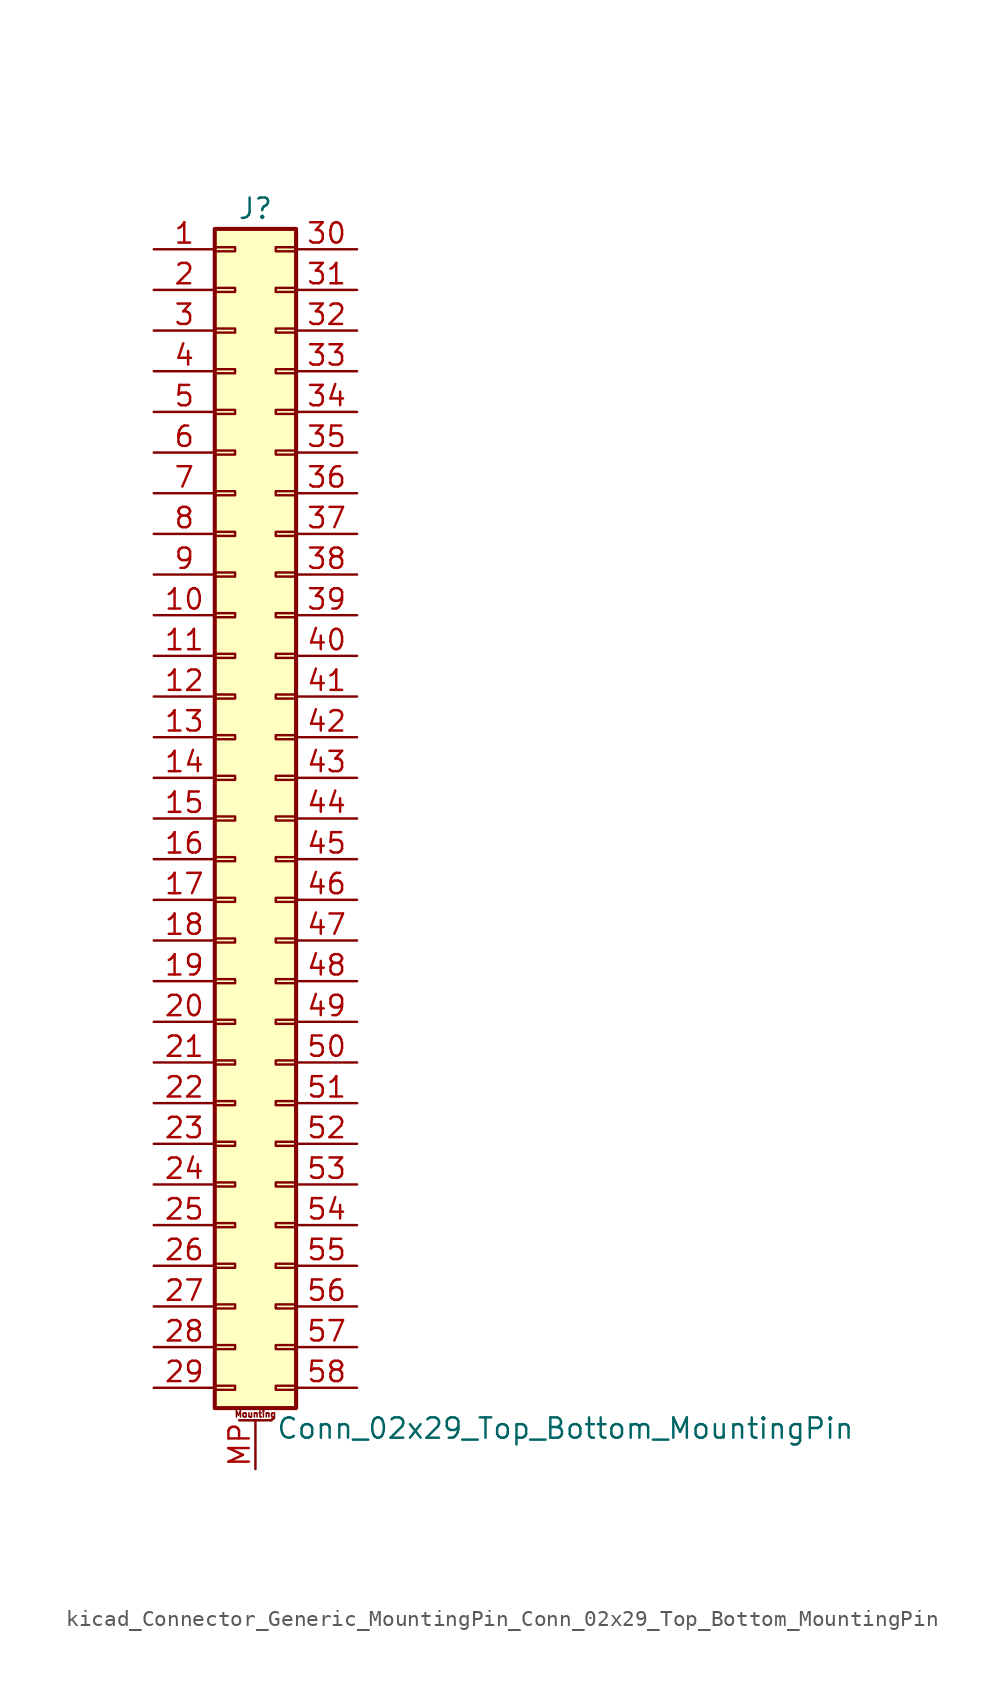
<source format=kicad_sym>
(kicad_symbol_lib
  (version 20220914)
  (generator kicad_symbol_editor)
  (symbol "kicad_Connector_Generic_MountingPin_Conn_02x29_Top_Bottom_MountingPin"
    (pin_names
      (offset 1.016) hide)
    (property "Reference" "J"
      (at 1.27 38.1 0)
      (effects (font (size 1.27 1.27))))
    (property "Value" "Conn_02x29_Top_Bottom_MountingPin"
      (at 2.54 -38.1 0)
      (effects (font (size 1.27 1.27)) (justify left)))
    (symbol "kicad_Connector_Generic_MountingPin_Conn_02x29_Top_Bottom_MountingPin_1_1"
      (rectangle (start -1.27 -35.433) (end 0 -35.687) (stroke (width 0.152) (type default)) (fill (type none)))
      (rectangle (start -1.27 -32.893) (end 0 -33.147) (stroke (width 0.152) (type default)) (fill (type none)))
      (rectangle (start -1.27 -30.353) (end 0 -30.607) (stroke (width 0.152) (type default)) (fill (type none)))
      (rectangle (start -1.27 -27.813) (end 0 -28.067) (stroke (width 0.152) (type default)) (fill (type none)))
      (rectangle (start -1.27 -25.273) (end 0 -25.527) (stroke (width 0.152) (type default)) (fill (type none)))
      (rectangle (start -1.27 -22.733) (end 0 -22.987) (stroke (width 0.152) (type default)) (fill (type none)))
      (rectangle (start -1.27 -20.193) (end 0 -20.447) (stroke (width 0.152) (type default)) (fill (type none)))
      (rectangle (start -1.27 -17.653) (end 0 -17.907) (stroke (width 0.152) (type default)) (fill (type none)))
      (rectangle (start -1.27 -15.113) (end 0 -15.367) (stroke (width 0.152) (type default)) (fill (type none)))
      (rectangle (start -1.27 -12.573) (end 0 -12.827) (stroke (width 0.152) (type default)) (fill (type none)))
      (rectangle (start -1.27 -10.033) (end 0 -10.287) (stroke (width 0.152) (type default)) (fill (type none)))
      (rectangle (start -1.27 -7.493) (end 0 -7.747) (stroke (width 0.152) (type default)) (fill (type none)))
      (rectangle (start -1.27 -4.953) (end 0 -5.207) (stroke (width 0.152) (type default)) (fill (type none)))
      (rectangle (start -1.27 -2.413) (end 0 -2.667) (stroke (width 0.152) (type default)) (fill (type none)))
      (rectangle (start -1.27 0.127) (end 0 -0.127) (stroke (width 0.152) (type default)) (fill (type none)))
      (rectangle (start -1.27 2.667) (end 0 2.413) (stroke (width 0.152) (type default)) (fill (type none)))
      (rectangle (start -1.27 5.207) (end 0 4.953) (stroke (width 0.152) (type default)) (fill (type none)))
      (rectangle (start -1.27 7.747) (end 0 7.493) (stroke (width 0.152) (type default)) (fill (type none)))
      (rectangle (start -1.27 10.287) (end 0 10.033) (stroke (width 0.152) (type default)) (fill (type none)))
      (rectangle (start -1.27 12.827) (end 0 12.573) (stroke (width 0.152) (type default)) (fill (type none)))
      (rectangle (start -1.27 15.367) (end 0 15.113) (stroke (width 0.152) (type default)) (fill (type none)))
      (rectangle (start -1.27 17.907) (end 0 17.653) (stroke (width 0.152) (type default)) (fill (type none)))
      (rectangle (start -1.27 20.447) (end 0 20.193) (stroke (width 0.152) (type default)) (fill (type none)))
      (rectangle (start -1.27 22.987) (end 0 22.733) (stroke (width 0.152) (type default)) (fill (type none)))
      (rectangle (start -1.27 25.527) (end 0 25.273) (stroke (width 0.152) (type default)) (fill (type none)))
      (rectangle (start -1.27 28.067) (end 0 27.813) (stroke (width 0.152) (type default)) (fill (type none)))
      (rectangle (start -1.27 30.607) (end 0 30.353) (stroke (width 0.152) (type default)) (fill (type none)))
      (rectangle (start -1.27 33.147) (end 0 32.893) (stroke (width 0.152) (type default)) (fill (type none)))
      (rectangle (start -1.27 35.687) (end 0 35.433) (stroke (width 0.152) (type default)) (fill (type none)))
      (rectangle (start -1.27 36.83) (end 3.81 -36.83) (stroke (width 0.254) (type default)) (fill (type background)))
      (polyline (pts (xy 0.254 -37.592) (xy 2.286 -37.592)) (stroke (width 0.152) (type default)) (fill (type none)))
      (rectangle (start 3.81 -35.433) (end 2.54 -35.687) (stroke (width 0.152) (type default)) (fill (type none)))
      (rectangle (start 3.81 -32.893) (end 2.54 -33.147) (stroke (width 0.152) (type default)) (fill (type none)))
      (rectangle (start 3.81 -30.353) (end 2.54 -30.607) (stroke (width 0.152) (type default)) (fill (type none)))
      (rectangle (start 3.81 -27.813) (end 2.54 -28.067) (stroke (width 0.152) (type default)) (fill (type none)))
      (rectangle (start 3.81 -25.273) (end 2.54 -25.527) (stroke (width 0.152) (type default)) (fill (type none)))
      (rectangle (start 3.81 -22.733) (end 2.54 -22.987) (stroke (width 0.152) (type default)) (fill (type none)))
      (rectangle (start 3.81 -20.193) (end 2.54 -20.447) (stroke (width 0.152) (type default)) (fill (type none)))
      (rectangle (start 3.81 -17.653) (end 2.54 -17.907) (stroke (width 0.152) (type default)) (fill (type none)))
      (rectangle (start 3.81 -15.113) (end 2.54 -15.367) (stroke (width 0.152) (type default)) (fill (type none)))
      (rectangle (start 3.81 -12.573) (end 2.54 -12.827) (stroke (width 0.152) (type default)) (fill (type none)))
      (rectangle (start 3.81 -10.033) (end 2.54 -10.287) (stroke (width 0.152) (type default)) (fill (type none)))
      (rectangle (start 3.81 -7.493) (end 2.54 -7.747) (stroke (width 0.152) (type default)) (fill (type none)))
      (rectangle (start 3.81 -4.953) (end 2.54 -5.207) (stroke (width 0.152) (type default)) (fill (type none)))
      (rectangle (start 3.81 -2.413) (end 2.54 -2.667) (stroke (width 0.152) (type default)) (fill (type none)))
      (rectangle (start 3.81 0.127) (end 2.54 -0.127) (stroke (width 0.152) (type default)) (fill (type none)))
      (rectangle (start 3.81 2.667) (end 2.54 2.413) (stroke (width 0.152) (type default)) (fill (type none)))
      (rectangle (start 3.81 5.207) (end 2.54 4.953) (stroke (width 0.152) (type default)) (fill (type none)))
      (rectangle (start 3.81 7.747) (end 2.54 7.493) (stroke (width 0.152) (type default)) (fill (type none)))
      (rectangle (start 3.81 10.287) (end 2.54 10.033) (stroke (width 0.152) (type default)) (fill (type none)))
      (rectangle (start 3.81 12.827) (end 2.54 12.573) (stroke (width 0.152) (type default)) (fill (type none)))
      (rectangle (start 3.81 15.367) (end 2.54 15.113) (stroke (width 0.152) (type default)) (fill (type none)))
      (rectangle (start 3.81 17.907) (end 2.54 17.653) (stroke (width 0.152) (type default)) (fill (type none)))
      (rectangle (start 3.81 20.447) (end 2.54 20.193) (stroke (width 0.152) (type default)) (fill (type none)))
      (rectangle (start 3.81 22.987) (end 2.54 22.733) (stroke (width 0.152) (type default)) (fill (type none)))
      (rectangle (start 3.81 25.527) (end 2.54 25.273) (stroke (width 0.152) (type default)) (fill (type none)))
      (rectangle (start 3.81 28.067) (end 2.54 27.813) (stroke (width 0.152) (type default)) (fill (type none)))
      (rectangle (start 3.81 30.607) (end 2.54 30.353) (stroke (width 0.152) (type default)) (fill (type none)))
      (rectangle (start 3.81 33.147) (end 2.54 32.893) (stroke (width 0.152) (type default)) (fill (type none)))
      (rectangle (start 3.81 35.687) (end 2.54 35.433) (stroke (width 0.152) (type default)) (fill (type none)))
      (text "Mounting" (at 1.27 -37.211 0) (effects (font (size 0.381 0.381))))
      (pin passive line (at -5.08 35.56 0) (length 3.81) (name "Pin_1" (effects (font (size 1.27 1.27)))) (number "1" (effects (font (size 1.27 1.27)))))
      (pin passive line (at -5.08 12.7 0) (length 3.81) (name "Pin_10" (effects (font (size 1.27 1.27)))) (number "10" (effects (font (size 1.27 1.27)))))
      (pin passive line (at -5.08 10.16 0) (length 3.81) (name "Pin_11" (effects (font (size 1.27 1.27)))) (number "11" (effects (font (size 1.27 1.27)))))
      (pin passive line (at -5.08 7.62 0) (length 3.81) (name "Pin_12" (effects (font (size 1.27 1.27)))) (number "12" (effects (font (size 1.27 1.27)))))
      (pin passive line (at -5.08 5.08 0) (length 3.81) (name "Pin_13" (effects (font (size 1.27 1.27)))) (number "13" (effects (font (size 1.27 1.27)))))
      (pin passive line (at -5.08 2.54 0) (length 3.81) (name "Pin_14" (effects (font (size 1.27 1.27)))) (number "14" (effects (font (size 1.27 1.27)))))
      (pin passive line (at -5.08 0 0) (length 3.81) (name "Pin_15" (effects (font (size 1.27 1.27)))) (number "15" (effects (font (size 1.27 1.27)))))
      (pin passive line (at -5.08 -2.54 0) (length 3.81) (name "Pin_16" (effects (font (size 1.27 1.27)))) (number "16" (effects (font (size 1.27 1.27)))))
      (pin passive line (at -5.08 -5.08 0) (length 3.81) (name "Pin_17" (effects (font (size 1.27 1.27)))) (number "17" (effects (font (size 1.27 1.27)))))
      (pin passive line (at -5.08 -7.62 0) (length 3.81) (name "Pin_18" (effects (font (size 1.27 1.27)))) (number "18" (effects (font (size 1.27 1.27)))))
      (pin passive line (at -5.08 -10.16 0) (length 3.81) (name "Pin_19" (effects (font (size 1.27 1.27)))) (number "19" (effects (font (size 1.27 1.27)))))
      (pin passive line (at -5.08 33.02 0) (length 3.81) (name "Pin_2" (effects (font (size 1.27 1.27)))) (number "2" (effects (font (size 1.27 1.27)))))
      (pin passive line (at -5.08 -12.7 0) (length 3.81) (name "Pin_20" (effects (font (size 1.27 1.27)))) (number "20" (effects (font (size 1.27 1.27)))))
      (pin passive line (at -5.08 -15.24 0) (length 3.81) (name "Pin_21" (effects (font (size 1.27 1.27)))) (number "21" (effects (font (size 1.27 1.27)))))
      (pin passive line (at -5.08 -17.78 0) (length 3.81) (name "Pin_22" (effects (font (size 1.27 1.27)))) (number "22" (effects (font (size 1.27 1.27)))))
      (pin passive line (at -5.08 -20.32 0) (length 3.81) (name "Pin_23" (effects (font (size 1.27 1.27)))) (number "23" (effects (font (size 1.27 1.27)))))
      (pin passive line (at -5.08 -22.86 0) (length 3.81) (name "Pin_24" (effects (font (size 1.27 1.27)))) (number "24" (effects (font (size 1.27 1.27)))))
      (pin passive line (at -5.08 -25.4 0) (length 3.81) (name "Pin_25" (effects (font (size 1.27 1.27)))) (number "25" (effects (font (size 1.27 1.27)))))
      (pin passive line (at -5.08 -27.94 0) (length 3.81) (name "Pin_26" (effects (font (size 1.27 1.27)))) (number "26" (effects (font (size 1.27 1.27)))))
      (pin passive line (at -5.08 -30.48 0) (length 3.81) (name "Pin_27" (effects (font (size 1.27 1.27)))) (number "27" (effects (font (size 1.27 1.27)))))
      (pin passive line (at -5.08 -33.02 0) (length 3.81) (name "Pin_28" (effects (font (size 1.27 1.27)))) (number "28" (effects (font (size 1.27 1.27)))))
      (pin passive line (at -5.08 -35.56 0) (length 3.81) (name "Pin_29" (effects (font (size 1.27 1.27)))) (number "29" (effects (font (size 1.27 1.27)))))
      (pin passive line (at -5.08 30.48 0) (length 3.81) (name "Pin_3" (effects (font (size 1.27 1.27)))) (number "3" (effects (font (size 1.27 1.27)))))
      (pin passive line (at 7.62 35.56 180) (length 3.81) (name "Pin_30" (effects (font (size 1.27 1.27)))) (number "30" (effects (font (size 1.27 1.27)))))
      (pin passive line (at 7.62 33.02 180) (length 3.81) (name "Pin_31" (effects (font (size 1.27 1.27)))) (number "31" (effects (font (size 1.27 1.27)))))
      (pin passive line (at 7.62 30.48 180) (length 3.81) (name "Pin_32" (effects (font (size 1.27 1.27)))) (number "32" (effects (font (size 1.27 1.27)))))
      (pin passive line (at 7.62 27.94 180) (length 3.81) (name "Pin_33" (effects (font (size 1.27 1.27)))) (number "33" (effects (font (size 1.27 1.27)))))
      (pin passive line (at 7.62 25.4 180) (length 3.81) (name "Pin_34" (effects (font (size 1.27 1.27)))) (number "34" (effects (font (size 1.27 1.27)))))
      (pin passive line (at 7.62 22.86 180) (length 3.81) (name "Pin_35" (effects (font (size 1.27 1.27)))) (number "35" (effects (font (size 1.27 1.27)))))
      (pin passive line (at 7.62 20.32 180) (length 3.81) (name "Pin_36" (effects (font (size 1.27 1.27)))) (number "36" (effects (font (size 1.27 1.27)))))
      (pin passive line (at 7.62 17.78 180) (length 3.81) (name "Pin_37" (effects (font (size 1.27 1.27)))) (number "37" (effects (font (size 1.27 1.27)))))
      (pin passive line (at 7.62 15.24 180) (length 3.81) (name "Pin_38" (effects (font (size 1.27 1.27)))) (number "38" (effects (font (size 1.27 1.27)))))
      (pin passive line (at 7.62 12.7 180) (length 3.81) (name "Pin_39" (effects (font (size 1.27 1.27)))) (number "39" (effects (font (size 1.27 1.27)))))
      (pin passive line (at -5.08 27.94 0) (length 3.81) (name "Pin_4" (effects (font (size 1.27 1.27)))) (number "4" (effects (font (size 1.27 1.27)))))
      (pin passive line (at 7.62 10.16 180) (length 3.81) (name "Pin_40" (effects (font (size 1.27 1.27)))) (number "40" (effects (font (size 1.27 1.27)))))
      (pin passive line (at 7.62 7.62 180) (length 3.81) (name "Pin_41" (effects (font (size 1.27 1.27)))) (number "41" (effects (font (size 1.27 1.27)))))
      (pin passive line (at 7.62 5.08 180) (length 3.81) (name "Pin_42" (effects (font (size 1.27 1.27)))) (number "42" (effects (font (size 1.27 1.27)))))
      (pin passive line (at 7.62 2.54 180) (length 3.81) (name "Pin_43" (effects (font (size 1.27 1.27)))) (number "43" (effects (font (size 1.27 1.27)))))
      (pin passive line (at 7.62 0 180) (length 3.81) (name "Pin_44" (effects (font (size 1.27 1.27)))) (number "44" (effects (font (size 1.27 1.27)))))
      (pin passive line (at 7.62 -2.54 180) (length 3.81) (name "Pin_45" (effects (font (size 1.27 1.27)))) (number "45" (effects (font (size 1.27 1.27)))))
      (pin passive line (at 7.62 -5.08 180) (length 3.81) (name "Pin_46" (effects (font (size 1.27 1.27)))) (number "46" (effects (font (size 1.27 1.27)))))
      (pin passive line (at 7.62 -7.62 180) (length 3.81) (name "Pin_47" (effects (font (size 1.27 1.27)))) (number "47" (effects (font (size 1.27 1.27)))))
      (pin passive line (at 7.62 -10.16 180) (length 3.81) (name "Pin_48" (effects (font (size 1.27 1.27)))) (number "48" (effects (font (size 1.27 1.27)))))
      (pin passive line (at 7.62 -12.7 180) (length 3.81) (name "Pin_49" (effects (font (size 1.27 1.27)))) (number "49" (effects (font (size 1.27 1.27)))))
      (pin passive line (at -5.08 25.4 0) (length 3.81) (name "Pin_5" (effects (font (size 1.27 1.27)))) (number "5" (effects (font (size 1.27 1.27)))))
      (pin passive line (at 7.62 -15.24 180) (length 3.81) (name "Pin_50" (effects (font (size 1.27 1.27)))) (number "50" (effects (font (size 1.27 1.27)))))
      (pin passive line (at 7.62 -17.78 180) (length 3.81) (name "Pin_51" (effects (font (size 1.27 1.27)))) (number "51" (effects (font (size 1.27 1.27)))))
      (pin passive line (at 7.62 -20.32 180) (length 3.81) (name "Pin_52" (effects (font (size 1.27 1.27)))) (number "52" (effects (font (size 1.27 1.27)))))
      (pin passive line (at 7.62 -22.86 180) (length 3.81) (name "Pin_53" (effects (font (size 1.27 1.27)))) (number "53" (effects (font (size 1.27 1.27)))))
      (pin passive line (at 7.62 -25.4 180) (length 3.81) (name "Pin_54" (effects (font (size 1.27 1.27)))) (number "54" (effects (font (size 1.27 1.27)))))
      (pin passive line (at 7.62 -27.94 180) (length 3.81) (name "Pin_55" (effects (font (size 1.27 1.27)))) (number "55" (effects (font (size 1.27 1.27)))))
      (pin passive line (at 7.62 -30.48 180) (length 3.81) (name "Pin_56" (effects (font (size 1.27 1.27)))) (number "56" (effects (font (size 1.27 1.27)))))
      (pin passive line (at 7.62 -33.02 180) (length 3.81) (name "Pin_57" (effects (font (size 1.27 1.27)))) (number "57" (effects (font (size 1.27 1.27)))))
      (pin passive line (at 7.62 -35.56 180) (length 3.81) (name "Pin_58" (effects (font (size 1.27 1.27)))) (number "58" (effects (font (size 1.27 1.27)))))
      (pin passive line (at -5.08 22.86 0) (length 3.81) (name "Pin_6" (effects (font (size 1.27 1.27)))) (number "6" (effects (font (size 1.27 1.27)))))
      (pin passive line (at -5.08 20.32 0) (length 3.81) (name "Pin_7" (effects (font (size 1.27 1.27)))) (number "7" (effects (font (size 1.27 1.27)))))
      (pin passive line (at -5.08 17.78 0) (length 3.81) (name "Pin_8" (effects (font (size 1.27 1.27)))) (number "8" (effects (font (size 1.27 1.27)))))
      (pin passive line (at -5.08 15.24 0) (length 3.81) (name "Pin_9" (effects (font (size 1.27 1.27)))) (number "9" (effects (font (size 1.27 1.27)))))
      (pin passive line (at 1.27 -40.64 90) (length 3.048) (name "MountPin" (effects (font (size 1.27 1.27)))) (number "MP" (effects (font (size 1.27 1.27))))))))
</source>
